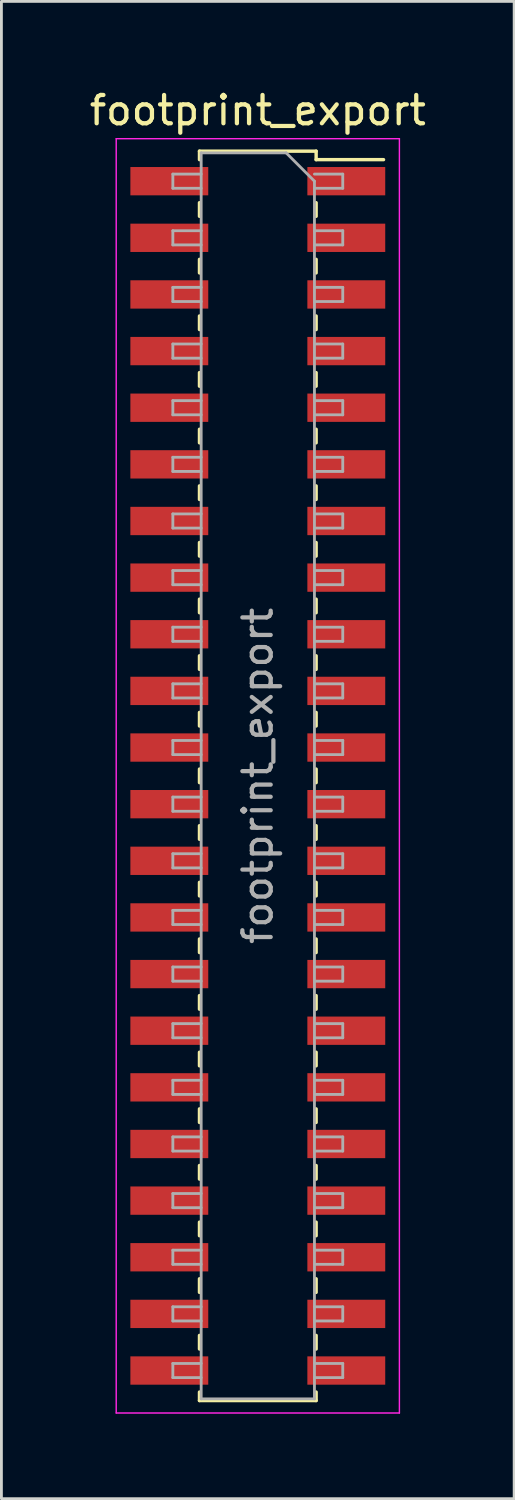
<source format=kicad_pcb>
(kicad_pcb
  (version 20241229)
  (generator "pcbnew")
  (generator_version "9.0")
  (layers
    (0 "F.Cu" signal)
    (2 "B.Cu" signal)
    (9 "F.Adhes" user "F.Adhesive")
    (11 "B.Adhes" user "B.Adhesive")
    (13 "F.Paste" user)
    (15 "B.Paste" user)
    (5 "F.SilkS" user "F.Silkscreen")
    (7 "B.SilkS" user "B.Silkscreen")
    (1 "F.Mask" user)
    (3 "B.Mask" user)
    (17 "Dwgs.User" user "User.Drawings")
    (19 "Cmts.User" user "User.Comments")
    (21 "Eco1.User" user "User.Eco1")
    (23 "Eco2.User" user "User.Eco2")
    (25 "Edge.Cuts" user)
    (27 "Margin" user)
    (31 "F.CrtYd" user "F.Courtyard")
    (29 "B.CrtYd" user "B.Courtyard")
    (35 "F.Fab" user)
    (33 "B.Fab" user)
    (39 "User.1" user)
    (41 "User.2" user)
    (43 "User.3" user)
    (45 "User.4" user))
  (footprint "footprint_export"
    (layer "F.Cu")
    (at 6.054 24.348)
    (property "Reference" "footprint_export" (at 0 -23.5 0) (layer "F.SilkS") (effects (font (size 1 1) (thickness 0.15))))
    (attr smd)
    (fp_line (start -2.06 -22.06) (end -2.06 -21.76) (stroke (width 0.12) (type solid)) (layer "F.SilkS"))
    (fp_line (start -2.06 -22.06) (end 2.06 -22.06) (stroke (width 0.12) (type solid)) (layer "F.SilkS"))
    (fp_line (start -2.06 -20.24) (end -2.06 -19.76) (stroke (width 0.12) (type solid)) (layer "F.SilkS"))
    (fp_line (start -2.06 -18.24) (end -2.06 -17.76) (stroke (width 0.12) (type solid)) (layer "F.SilkS"))
    (fp_line (start -2.06 -16.24) (end -2.06 -15.76) (stroke (width 0.12) (type solid)) (layer "F.SilkS"))
    (fp_line (start -2.06 -14.24) (end -2.06 -13.76) (stroke (width 0.12) (type solid)) (layer "F.SilkS"))
    (fp_line (start -2.06 -12.24) (end -2.06 -11.76) (stroke (width 0.12) (type solid)) (layer "F.SilkS"))
    (fp_line (start -2.06 -10.24) (end -2.06 -9.76) (stroke (width 0.12) (type solid)) (layer "F.SilkS"))
    (fp_line (start -2.06 -8.24) (end -2.06 -7.76) (stroke (width 0.12) (type solid)) (layer "F.SilkS"))
    (fp_line (start -2.06 -6.24) (end -2.06 -5.76) (stroke (width 0.12) (type solid)) (layer "F.SilkS"))
    (fp_line (start -2.06 -4.24) (end -2.06 -3.76) (stroke (width 0.12) (type solid)) (layer "F.SilkS"))
    (fp_line (start -2.06 -2.24) (end -2.06 -1.76) (stroke (width 0.12) (type solid)) (layer "F.SilkS"))
    (fp_line (start -2.06 -0.24) (end -2.06 0.24) (stroke (width 0.12) (type solid)) (layer "F.SilkS"))
    (fp_line (start -2.06 1.76) (end -2.06 2.24) (stroke (width 0.12) (type solid)) (layer "F.SilkS"))
    (fp_line (start -2.06 3.76) (end -2.06 4.24) (stroke (width 0.12) (type solid)) (layer "F.SilkS"))
    (fp_line (start -2.06 5.76) (end -2.06 6.24) (stroke (width 0.12) (type solid)) (layer "F.SilkS"))
    (fp_line (start -2.06 7.76) (end -2.06 8.24) (stroke (width 0.12) (type solid)) (layer "F.SilkS"))
    (fp_line (start -2.06 9.76) (end -2.06 10.24) (stroke (width 0.12) (type solid)) (layer "F.SilkS"))
    (fp_line (start -2.06 11.76) (end -2.06 12.24) (stroke (width 0.12) (type solid)) (layer "F.SilkS"))
    (fp_line (start -2.06 13.76) (end -2.06 14.24) (stroke (width 0.12) (type solid)) (layer "F.SilkS"))
    (fp_line (start -2.06 15.76) (end -2.06 16.24) (stroke (width 0.12) (type solid)) (layer "F.SilkS"))
    (fp_line (start -2.06 17.76) (end -2.06 18.24) (stroke (width 0.12) (type solid)) (layer "F.SilkS"))
    (fp_line (start -2.06 19.76) (end -2.06 20.24) (stroke (width 0.12) (type solid)) (layer "F.SilkS"))
    (fp_line (start -2.06 21.76) (end -2.06 22.06) (stroke (width 0.12) (type solid)) (layer "F.SilkS"))
    (fp_line (start -2.06 22.06) (end 2.06 22.06) (stroke (width 0.12) (type solid)) (layer "F.SilkS"))
    (fp_line (start 2.06 -22.06) (end 2.06 -21.76) (stroke (width 0.12) (type solid)) (layer "F.SilkS"))
    (fp_line (start 2.06 -21.76) (end 4.44 -21.76) (stroke (width 0.12) (type solid)) (layer "F.SilkS"))
    (fp_line (start 2.06 -20.24) (end 2.06 -19.76) (stroke (width 0.12) (type solid)) (layer "F.SilkS"))
    (fp_line (start 2.06 -18.24) (end 2.06 -17.76) (stroke (width 0.12) (type solid)) (layer "F.SilkS"))
    (fp_line (start 2.06 -16.24) (end 2.06 -15.76) (stroke (width 0.12) (type solid)) (layer "F.SilkS"))
    (fp_line (start 2.06 -14.24) (end 2.06 -13.76) (stroke (width 0.12) (type solid)) (layer "F.SilkS"))
    (fp_line (start 2.06 -12.24) (end 2.06 -11.76) (stroke (width 0.12) (type solid)) (layer "F.SilkS"))
    (fp_line (start 2.06 -10.24) (end 2.06 -9.76) (stroke (width 0.12) (type solid)) (layer "F.SilkS"))
    (fp_line (start 2.06 -8.24) (end 2.06 -7.76) (stroke (width 0.12) (type solid)) (layer "F.SilkS"))
    (fp_line (start 2.06 -6.24) (end 2.06 -5.76) (stroke (width 0.12) (type solid)) (layer "F.SilkS"))
    (fp_line (start 2.06 -4.24) (end 2.06 -3.76) (stroke (width 0.12) (type solid)) (layer "F.SilkS"))
    (fp_line (start 2.06 -2.24) (end 2.06 -1.76) (stroke (width 0.12) (type solid)) (layer "F.SilkS"))
    (fp_line (start 2.06 -0.24) (end 2.06 0.24) (stroke (width 0.12) (type solid)) (layer "F.SilkS"))
    (fp_line (start 2.06 1.76) (end 2.06 2.24) (stroke (width 0.12) (type solid)) (layer "F.SilkS"))
    (fp_line (start 2.06 3.76) (end 2.06 4.24) (stroke (width 0.12) (type solid)) (layer "F.SilkS"))
    (fp_line (start 2.06 5.76) (end 2.06 6.24) (stroke (width 0.12) (type solid)) (layer "F.SilkS"))
    (fp_line (start 2.06 7.76) (end 2.06 8.24) (stroke (width 0.12) (type solid)) (layer "F.SilkS"))
    (fp_line (start 2.06 9.76) (end 2.06 10.24) (stroke (width 0.12) (type solid)) (layer "F.SilkS"))
    (fp_line (start 2.06 11.76) (end 2.06 12.24) (stroke (width 0.12) (type solid)) (layer "F.SilkS"))
    (fp_line (start 2.06 13.76) (end 2.06 14.24) (stroke (width 0.12) (type solid)) (layer "F.SilkS"))
    (fp_line (start 2.06 15.76) (end 2.06 16.24) (stroke (width 0.12) (type solid)) (layer "F.SilkS"))
    (fp_line (start 2.06 17.76) (end 2.06 18.24) (stroke (width 0.12) (type solid)) (layer "F.SilkS"))
    (fp_line (start 2.06 19.76) (end 2.06 20.24) (stroke (width 0.12) (type solid)) (layer "F.SilkS"))
    (fp_line (start 2.06 21.76) (end 2.06 22.06) (stroke (width 0.12) (type solid)) (layer "F.SilkS"))
    (fp_line (start -5 -22.5) (end 5 -22.5) (stroke (width 0.05) (type solid)) (layer "F.CrtYd"))
    (fp_line (start -5 22.5) (end -5 -22.5) (stroke (width 0.05) (type solid)) (layer "F.CrtYd"))
    (fp_line (start 5 -22.5) (end 5 22.5) (stroke (width 0.05) (type solid)) (layer "F.CrtYd"))
    (fp_line (start 5 22.5) (end -5 22.5) (stroke (width 0.05) (type solid)) (layer "F.CrtYd"))
    (fp_line (start -3 -21.25) (end -2 -21.25) (stroke (width 0.1) (type solid)) (layer "F.Fab"))
    (fp_line (start -3 -20.75) (end -3 -21.25) (stroke (width 0.1) (type solid)) (layer "F.Fab"))
    (fp_line (start -3 -19.25) (end -2 -19.25) (stroke (width 0.1) (type solid)) (layer "F.Fab"))
    (fp_line (start -3 -18.75) (end -3 -19.25) (stroke (width 0.1) (type solid)) (layer "F.Fab"))
    (fp_line (start -3 -17.25) (end -2 -17.25) (stroke (width 0.1) (type solid)) (layer "F.Fab"))
    (fp_line (start -3 -16.75) (end -3 -17.25) (stroke (width 0.1) (type solid)) (layer "F.Fab"))
    (fp_line (start -3 -15.25) (end -2 -15.25) (stroke (width 0.1) (type solid)) (layer "F.Fab"))
    (fp_line (start -3 -14.75) (end -3 -15.25) (stroke (width 0.1) (type solid)) (layer "F.Fab"))
    (fp_line (start -3 -13.25) (end -2 -13.25) (stroke (width 0.1) (type solid)) (layer "F.Fab"))
    (fp_line (start -3 -12.75) (end -3 -13.25) (stroke (width 0.1) (type solid)) (layer "F.Fab"))
    (fp_line (start -3 -11.25) (end -2 -11.25) (stroke (width 0.1) (type solid)) (layer "F.Fab"))
    (fp_line (start -3 -10.75) (end -3 -11.25) (stroke (width 0.1) (type solid)) (layer "F.Fab"))
    (fp_line (start -3 -9.25) (end -2 -9.25) (stroke (width 0.1) (type solid)) (layer "F.Fab"))
    (fp_line (start -3 -8.75) (end -3 -9.25) (stroke (width 0.1) (type solid)) (layer "F.Fab"))
    (fp_line (start -3 -7.25) (end -2 -7.25) (stroke (width 0.1) (type solid)) (layer "F.Fab"))
    (fp_line (start -3 -6.75) (end -3 -7.25) (stroke (width 0.1) (type solid)) (layer "F.Fab"))
    (fp_line (start -3 -5.25) (end -2 -5.25) (stroke (width 0.1) (type solid)) (layer "F.Fab"))
    (fp_line (start -3 -4.75) (end -3 -5.25) (stroke (width 0.1) (type solid)) (layer "F.Fab"))
    (fp_line (start -3 -3.25) (end -2 -3.25) (stroke (width 0.1) (type solid)) (layer "F.Fab"))
    (fp_line (start -3 -2.75) (end -3 -3.25) (stroke (width 0.1) (type solid)) (layer "F.Fab"))
    (fp_line (start -3 -1.25) (end -2 -1.25) (stroke (width 0.1) (type solid)) (layer "F.Fab"))
    (fp_line (start -3 -0.75) (end -3 -1.25) (stroke (width 0.1) (type solid)) (layer "F.Fab"))
    (fp_line (start -3 0.75) (end -2 0.75) (stroke (width 0.1) (type solid)) (layer "F.Fab"))
    (fp_line (start -3 1.25) (end -3 0.75) (stroke (width 0.1) (type solid)) (layer "F.Fab"))
    (fp_line (start -3 2.75) (end -2 2.75) (stroke (width 0.1) (type solid)) (layer "F.Fab"))
    (fp_line (start -3 3.25) (end -3 2.75) (stroke (width 0.1) (type solid)) (layer "F.Fab"))
    (fp_line (start -3 4.75) (end -2 4.75) (stroke (width 0.1) (type solid)) (layer "F.Fab"))
    (fp_line (start -3 5.25) (end -3 4.75) (stroke (width 0.1) (type solid)) (layer "F.Fab"))
    (fp_line (start -3 6.75) (end -2 6.75) (stroke (width 0.1) (type solid)) (layer "F.Fab"))
    (fp_line (start -3 7.25) (end -3 6.75) (stroke (width 0.1) (type solid)) (layer "F.Fab"))
    (fp_line (start -3 8.75) (end -2 8.75) (stroke (width 0.1) (type solid)) (layer "F.Fab"))
    (fp_line (start -3 9.25) (end -3 8.75) (stroke (width 0.1) (type solid)) (layer "F.Fab"))
    (fp_line (start -3 10.75) (end -2 10.75) (stroke (width 0.1) (type solid)) (layer "F.Fab"))
    (fp_line (start -3 11.25) (end -3 10.75) (stroke (width 0.1) (type solid)) (layer "F.Fab"))
    (fp_line (start -3 12.75) (end -2 12.75) (stroke (width 0.1) (type solid)) (layer "F.Fab"))
    (fp_line (start -3 13.25) (end -3 12.75) (stroke (width 0.1) (type solid)) (layer "F.Fab"))
    (fp_line (start -3 14.75) (end -2 14.75) (stroke (width 0.1) (type solid)) (layer "F.Fab"))
    (fp_line (start -3 15.25) (end -3 14.75) (stroke (width 0.1) (type solid)) (layer "F.Fab"))
    (fp_line (start -3 16.75) (end -2 16.75) (stroke (width 0.1) (type solid)) (layer "F.Fab"))
    (fp_line (start -3 17.25) (end -3 16.75) (stroke (width 0.1) (type solid)) (layer "F.Fab"))
    (fp_line (start -3 18.75) (end -2 18.75) (stroke (width 0.1) (type solid)) (layer "F.Fab"))
    (fp_line (start -3 19.25) (end -3 18.75) (stroke (width 0.1) (type solid)) (layer "F.Fab"))
    (fp_line (start -3 20.75) (end -2 20.75) (stroke (width 0.1) (type solid)) (layer "F.Fab"))
    (fp_line (start -3 21.25) (end -3 20.75) (stroke (width 0.1) (type solid)) (layer "F.Fab"))
    (fp_line (start -2 -22) (end 1 -22) (stroke (width 0.1) (type solid)) (layer "F.Fab"))
    (fp_line (start -2 -20.75) (end -3 -20.75) (stroke (width 0.1) (type solid)) (layer "F.Fab"))
    (fp_line (start -2 -18.75) (end -3 -18.75) (stroke (width 0.1) (type solid)) (layer "F.Fab"))
    (fp_line (start -2 -16.75) (end -3 -16.75) (stroke (width 0.1) (type solid)) (layer "F.Fab"))
    (fp_line (start -2 -14.75) (end -3 -14.75) (stroke (width 0.1) (type solid)) (layer "F.Fab"))
    (fp_line (start -2 -12.75) (end -3 -12.75) (stroke (width 0.1) (type solid)) (layer "F.Fab"))
    (fp_line (start -2 -10.75) (end -3 -10.75) (stroke (width 0.1) (type solid)) (layer "F.Fab"))
    (fp_line (start -2 -8.75) (end -3 -8.75) (stroke (width 0.1) (type solid)) (layer "F.Fab"))
    (fp_line (start -2 -6.75) (end -3 -6.75) (stroke (width 0.1) (type solid)) (layer "F.Fab"))
    (fp_line (start -2 -4.75) (end -3 -4.75) (stroke (width 0.1) (type solid)) (layer "F.Fab"))
    (fp_line (start -2 -2.75) (end -3 -2.75) (stroke (width 0.1) (type solid)) (layer "F.Fab"))
    (fp_line (start -2 -0.75) (end -3 -0.75) (stroke (width 0.1) (type solid)) (layer "F.Fab"))
    (fp_line (start -2 1.25) (end -3 1.25) (stroke (width 0.1) (type solid)) (layer "F.Fab"))
    (fp_line (start -2 3.25) (end -3 3.25) (stroke (width 0.1) (type solid)) (layer "F.Fab"))
    (fp_line (start -2 5.25) (end -3 5.25) (stroke (width 0.1) (type solid)) (layer "F.Fab"))
    (fp_line (start -2 7.25) (end -3 7.25) (stroke (width 0.1) (type solid)) (layer "F.Fab"))
    (fp_line (start -2 9.25) (end -3 9.25) (stroke (width 0.1) (type solid)) (layer "F.Fab"))
    (fp_line (start -2 11.25) (end -3 11.25) (stroke (width 0.1) (type solid)) (layer "F.Fab"))
    (fp_line (start -2 13.25) (end -3 13.25) (stroke (width 0.1) (type solid)) (layer "F.Fab"))
    (fp_line (start -2 15.25) (end -3 15.25) (stroke (width 0.1) (type solid)) (layer "F.Fab"))
    (fp_line (start -2 17.25) (end -3 17.25) (stroke (width 0.1) (type solid)) (layer "F.Fab"))
    (fp_line (start -2 19.25) (end -3 19.25) (stroke (width 0.1) (type solid)) (layer "F.Fab"))
    (fp_line (start -2 21.25) (end -3 21.25) (stroke (width 0.1) (type solid)) (layer "F.Fab"))
    (fp_line (start -2 22) (end -2 -22) (stroke (width 0.1) (type solid)) (layer "F.Fab"))
    (fp_line (start 1 -22) (end 2 -21) (stroke (width 0.1) (type solid)) (layer "F.Fab"))
    (fp_line (start 2 -21.25) (end 3 -21.25) (stroke (width 0.1) (type solid)) (layer "F.Fab"))
    (fp_line (start 2 -21) (end 2 22) (stroke (width 0.1) (type solid)) (layer "F.Fab"))
    (fp_line (start 2 -19.25) (end 3 -19.25) (stroke (width 0.1) (type solid)) (layer "F.Fab"))
    (fp_line (start 2 -17.25) (end 3 -17.25) (stroke (width 0.1) (type solid)) (layer "F.Fab"))
    (fp_line (start 2 -15.25) (end 3 -15.25) (stroke (width 0.1) (type solid)) (layer "F.Fab"))
    (fp_line (start 2 -13.25) (end 3 -13.25) (stroke (width 0.1) (type solid)) (layer "F.Fab"))
    (fp_line (start 2 -11.25) (end 3 -11.25) (stroke (width 0.1) (type solid)) (layer "F.Fab"))
    (fp_line (start 2 -9.25) (end 3 -9.25) (stroke (width 0.1) (type solid)) (layer "F.Fab"))
    (fp_line (start 2 -7.25) (end 3 -7.25) (stroke (width 0.1) (type solid)) (layer "F.Fab"))
    (fp_line (start 2 -5.25) (end 3 -5.25) (stroke (width 0.1) (type solid)) (layer "F.Fab"))
    (fp_line (start 2 -3.25) (end 3 -3.25) (stroke (width 0.1) (type solid)) (layer "F.Fab"))
    (fp_line (start 2 -1.25) (end 3 -1.25) (stroke (width 0.1) (type solid)) (layer "F.Fab"))
    (fp_line (start 2 0.75) (end 3 0.75) (stroke (width 0.1) (type solid)) (layer "F.Fab"))
    (fp_line (start 2 2.75) (end 3 2.75) (stroke (width 0.1) (type solid)) (layer "F.Fab"))
    (fp_line (start 2 4.75) (end 3 4.75) (stroke (width 0.1) (type solid)) (layer "F.Fab"))
    (fp_line (start 2 6.75) (end 3 6.75) (stroke (width 0.1) (type solid)) (layer "F.Fab"))
    (fp_line (start 2 8.75) (end 3 8.75) (stroke (width 0.1) (type solid)) (layer "F.Fab"))
    (fp_line (start 2 10.75) (end 3 10.75) (stroke (width 0.1) (type solid)) (layer "F.Fab"))
    (fp_line (start 2 12.75) (end 3 12.75) (stroke (width 0.1) (type solid)) (layer "F.Fab"))
    (fp_line (start 2 14.75) (end 3 14.75) (stroke (width 0.1) (type solid)) (layer "F.Fab"))
    (fp_line (start 2 16.75) (end 3 16.75) (stroke (width 0.1) (type solid)) (layer "F.Fab"))
    (fp_line (start 2 18.75) (end 3 18.75) (stroke (width 0.1) (type solid)) (layer "F.Fab"))
    (fp_line (start 2 20.75) (end 3 20.75) (stroke (width 0.1) (type solid)) (layer "F.Fab"))
    (fp_line (start 2 22) (end -2 22) (stroke (width 0.1) (type solid)) (layer "F.Fab"))
    (fp_line (start 3 -21.25) (end 3 -20.75) (stroke (width 0.1) (type solid)) (layer "F.Fab"))
    (fp_line (start 3 -20.75) (end 2 -20.75) (stroke (width 0.1) (type solid)) (layer "F.Fab"))
    (fp_line (start 3 -19.25) (end 3 -18.75) (stroke (width 0.1) (type solid)) (layer "F.Fab"))
    (fp_line (start 3 -18.75) (end 2 -18.75) (stroke (width 0.1) (type solid)) (layer "F.Fab"))
    (fp_line (start 3 -17.25) (end 3 -16.75) (stroke (width 0.1) (type solid)) (layer "F.Fab"))
    (fp_line (start 3 -16.75) (end 2 -16.75) (stroke (width 0.1) (type solid)) (layer "F.Fab"))
    (fp_line (start 3 -15.25) (end 3 -14.75) (stroke (width 0.1) (type solid)) (layer "F.Fab"))
    (fp_line (start 3 -14.75) (end 2 -14.75) (stroke (width 0.1) (type solid)) (layer "F.Fab"))
    (fp_line (start 3 -13.25) (end 3 -12.75) (stroke (width 0.1) (type solid)) (layer "F.Fab"))
    (fp_line (start 3 -12.75) (end 2 -12.75) (stroke (width 0.1) (type solid)) (layer "F.Fab"))
    (fp_line (start 3 -11.25) (end 3 -10.75) (stroke (width 0.1) (type solid)) (layer "F.Fab"))
    (fp_line (start 3 -10.75) (end 2 -10.75) (stroke (width 0.1) (type solid)) (layer "F.Fab"))
    (fp_line (start 3 -9.25) (end 3 -8.75) (stroke (width 0.1) (type solid)) (layer "F.Fab"))
    (fp_line (start 3 -8.75) (end 2 -8.75) (stroke (width 0.1) (type solid)) (layer "F.Fab"))
    (fp_line (start 3 -7.25) (end 3 -6.75) (stroke (width 0.1) (type solid)) (layer "F.Fab"))
    (fp_line (start 3 -6.75) (end 2 -6.75) (stroke (width 0.1) (type solid)) (layer "F.Fab"))
    (fp_line (start 3 -5.25) (end 3 -4.75) (stroke (width 0.1) (type solid)) (layer "F.Fab"))
    (fp_line (start 3 -4.75) (end 2 -4.75) (stroke (width 0.1) (type solid)) (layer "F.Fab"))
    (fp_line (start 3 -3.25) (end 3 -2.75) (stroke (width 0.1) (type solid)) (layer "F.Fab"))
    (fp_line (start 3 -2.75) (end 2 -2.75) (stroke (width 0.1) (type solid)) (layer "F.Fab"))
    (fp_line (start 3 -1.25) (end 3 -0.75) (stroke (width 0.1) (type solid)) (layer "F.Fab"))
    (fp_line (start 3 -0.75) (end 2 -0.75) (stroke (width 0.1) (type solid)) (layer "F.Fab"))
    (fp_line (start 3 0.75) (end 3 1.25) (stroke (width 0.1) (type solid)) (layer "F.Fab"))
    (fp_line (start 3 1.25) (end 2 1.25) (stroke (width 0.1) (type solid)) (layer "F.Fab"))
    (fp_line (start 3 2.75) (end 3 3.25) (stroke (width 0.1) (type solid)) (layer "F.Fab"))
    (fp_line (start 3 3.25) (end 2 3.25) (stroke (width 0.1) (type solid)) (layer "F.Fab"))
    (fp_line (start 3 4.75) (end 3 5.25) (stroke (width 0.1) (type solid)) (layer "F.Fab"))
    (fp_line (start 3 5.25) (end 2 5.25) (stroke (width 0.1) (type solid)) (layer "F.Fab"))
    (fp_line (start 3 6.75) (end 3 7.25) (stroke (width 0.1) (type solid)) (layer "F.Fab"))
    (fp_line (start 3 7.25) (end 2 7.25) (stroke (width 0.1) (type solid)) (layer "F.Fab"))
    (fp_line (start 3 8.75) (end 3 9.25) (stroke (width 0.1) (type solid)) (layer "F.Fab"))
    (fp_line (start 3 9.25) (end 2 9.25) (stroke (width 0.1) (type solid)) (layer "F.Fab"))
    (fp_line (start 3 10.75) (end 3 11.25) (stroke (width 0.1) (type solid)) (layer "F.Fab"))
    (fp_line (start 3 11.25) (end 2 11.25) (stroke (width 0.1) (type solid)) (layer "F.Fab"))
    (fp_line (start 3 12.75) (end 3 13.25) (stroke (width 0.1) (type solid)) (layer "F.Fab"))
    (fp_line (start 3 13.25) (end 2 13.25) (stroke (width 0.1) (type solid)) (layer "F.Fab"))
    (fp_line (start 3 14.75) (end 3 15.25) (stroke (width 0.1) (type solid)) (layer "F.Fab"))
    (fp_line (start 3 15.25) (end 2 15.25) (stroke (width 0.1) (type solid)) (layer "F.Fab"))
    (fp_line (start 3 16.75) (end 3 17.25) (stroke (width 0.1) (type solid)) (layer "F.Fab"))
    (fp_line (start 3 17.25) (end 2 17.25) (stroke (width 0.1) (type solid)) (layer "F.Fab"))
    (fp_line (start 3 18.75) (end 3 19.25) (stroke (width 0.1) (type solid)) (layer "F.Fab"))
    (fp_line (start 3 19.25) (end 2 19.25) (stroke (width 0.1) (type solid)) (layer "F.Fab"))
    (fp_line (start 3 20.75) (end 3 21.25) (stroke (width 0.1) (type solid)) (layer "F.Fab"))
    (fp_line (start 3 21.25) (end 2 21.25) (stroke (width 0.1) (type solid)) (layer "F.Fab"))
    (fp_text user "${REFERENCE}" (at 0 0 90) (layer "F.Fab") (effects (font (size 1 1) (thickness 0.15))))
    (pad "1" smd rect (at 3.125 -21) (size 2.75 1) (layers "F.Cu" "F.Mask" "F.Paste"))
    (pad "2" smd rect (at -3.125 -21) (size 2.75 1) (layers "F.Cu" "F.Mask" "F.Paste"))
    (pad "3" smd rect (at 3.125 -19) (size 2.75 1) (layers "F.Cu" "F.Mask" "F.Paste"))
    (pad "4" smd rect (at -3.125 -19) (size 2.75 1) (layers "F.Cu" "F.Mask" "F.Paste"))
    (pad "5" smd rect (at 3.125 -17) (size 2.75 1) (layers "F.Cu" "F.Mask" "F.Paste"))
    (pad "6" smd rect (at -3.125 -17) (size 2.75 1) (layers "F.Cu" "F.Mask" "F.Paste"))
    (pad "7" smd rect (at 3.125 -15) (size 2.75 1) (layers "F.Cu" "F.Mask" "F.Paste"))
    (pad "8" smd rect (at -3.125 -15) (size 2.75 1) (layers "F.Cu" "F.Mask" "F.Paste"))
    (pad "9" smd rect (at 3.125 -13) (size 2.75 1) (layers "F.Cu" "F.Mask" "F.Paste"))
    (pad "10" smd rect (at -3.125 -13) (size 2.75 1) (layers "F.Cu" "F.Mask" "F.Paste"))
    (pad "11" smd rect (at 3.125 -11) (size 2.75 1) (layers "F.Cu" "F.Mask" "F.Paste"))
    (pad "12" smd rect (at -3.125 -11) (size 2.75 1) (layers "F.Cu" "F.Mask" "F.Paste"))
    (pad "13" smd rect (at 3.125 -9) (size 2.75 1) (layers "F.Cu" "F.Mask" "F.Paste"))
    (pad "14" smd rect (at -3.125 -9) (size 2.75 1) (layers "F.Cu" "F.Mask" "F.Paste"))
    (pad "15" smd rect (at 3.125 -7) (size 2.75 1) (layers "F.Cu" "F.Mask" "F.Paste"))
    (pad "16" smd rect (at -3.125 -7) (size 2.75 1) (layers "F.Cu" "F.Mask" "F.Paste"))
    (pad "17" smd rect (at 3.125 -5) (size 2.75 1) (layers "F.Cu" "F.Mask" "F.Paste"))
    (pad "18" smd rect (at -3.125 -5) (size 2.75 1) (layers "F.Cu" "F.Mask" "F.Paste"))
    (pad "19" smd rect (at 3.125 -3) (size 2.75 1) (layers "F.Cu" "F.Mask" "F.Paste"))
    (pad "20" smd rect (at -3.125 -3) (size 2.75 1) (layers "F.Cu" "F.Mask" "F.Paste"))
    (pad "21" smd rect (at 3.125 -1) (size 2.75 1) (layers "F.Cu" "F.Mask" "F.Paste"))
    (pad "22" smd rect (at -3.125 -1) (size 2.75 1) (layers "F.Cu" "F.Mask" "F.Paste"))
    (pad "23" smd rect (at 3.125 1) (size 2.75 1) (layers "F.Cu" "F.Mask" "F.Paste"))
    (pad "24" smd rect (at -3.125 1) (size 2.75 1) (layers "F.Cu" "F.Mask" "F.Paste"))
    (pad "25" smd rect (at 3.125 3) (size 2.75 1) (layers "F.Cu" "F.Mask" "F.Paste"))
    (pad "26" smd rect (at -3.125 3) (size 2.75 1) (layers "F.Cu" "F.Mask" "F.Paste"))
    (pad "27" smd rect (at 3.125 5) (size 2.75 1) (layers "F.Cu" "F.Mask" "F.Paste"))
    (pad "28" smd rect (at -3.125 5) (size 2.75 1) (layers "F.Cu" "F.Mask" "F.Paste"))
    (pad "29" smd rect (at 3.125 7) (size 2.75 1) (layers "F.Cu" "F.Mask" "F.Paste"))
    (pad "30" smd rect (at -3.125 7) (size 2.75 1) (layers "F.Cu" "F.Mask" "F.Paste"))
    (pad "31" smd rect (at 3.125 9) (size 2.75 1) (layers "F.Cu" "F.Mask" "F.Paste"))
    (pad "32" smd rect (at -3.125 9) (size 2.75 1) (layers "F.Cu" "F.Mask" "F.Paste"))
    (pad "33" smd rect (at 3.125 11) (size 2.75 1) (layers "F.Cu" "F.Mask" "F.Paste"))
    (pad "34" smd rect (at -3.125 11) (size 2.75 1) (layers "F.Cu" "F.Mask" "F.Paste"))
    (pad "35" smd rect (at 3.125 13) (size 2.75 1) (layers "F.Cu" "F.Mask" "F.Paste"))
    (pad "36" smd rect (at -3.125 13) (size 2.75 1) (layers "F.Cu" "F.Mask" "F.Paste"))
    (pad "37" smd rect (at 3.125 15) (size 2.75 1) (layers "F.Cu" "F.Mask" "F.Paste"))
    (pad "38" smd rect (at -3.125 15) (size 2.75 1) (layers "F.Cu" "F.Mask" "F.Paste"))
    (pad "39" smd rect (at 3.125 17) (size 2.75 1) (layers "F.Cu" "F.Mask" "F.Paste"))
    (pad "40" smd rect (at -3.125 17) (size 2.75 1) (layers "F.Cu" "F.Mask" "F.Paste"))
    (pad "41" smd rect (at 3.125 19) (size 2.75 1) (layers "F.Cu" "F.Mask" "F.Paste"))
    (pad "42" smd rect (at -3.125 19) (size 2.75 1) (layers "F.Cu" "F.Mask" "F.Paste"))
    (pad "43" smd rect (at 3.125 21) (size 2.75 1) (layers "F.Cu" "F.Mask" "F.Paste"))
    (pad "44" smd rect (at -3.125 21) (size 2.75 1) (layers "F.Cu" "F.Mask" "F.Paste")))
  (gr_rect
    (start -3 -3)
    (end 15.107 49.873)
    (stroke (width 0.1) (type default))
    (fill no)
    (layer "Edge.Cuts")))
</source>
